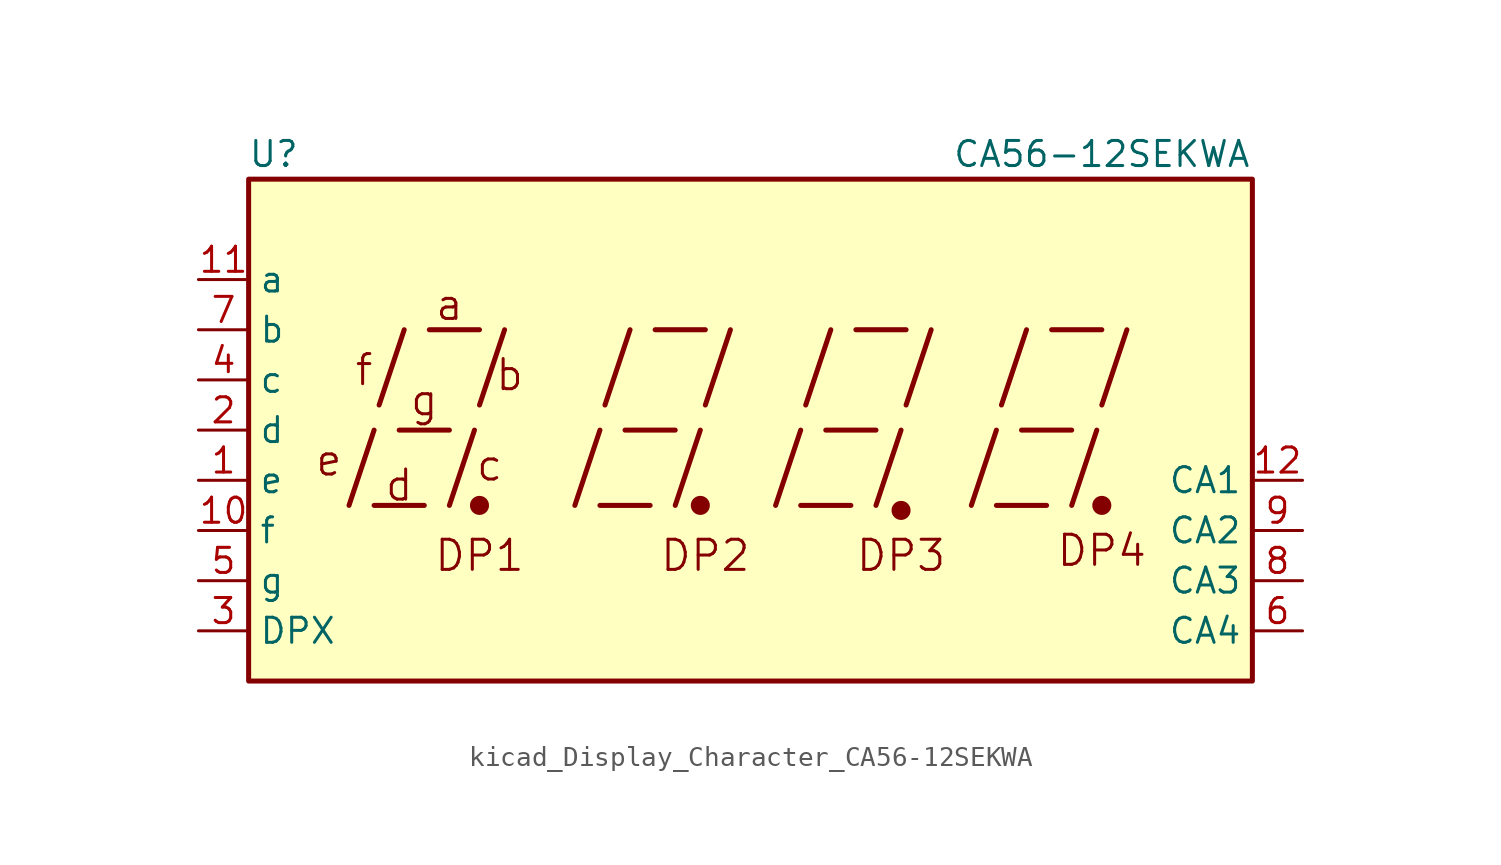
<source format=kicad_sym>
(kicad_symbol_lib
  (version 20220914)
  (generator kicad_symbol_editor)
  (symbol "kicad_Display_Character_CA56-12SEKWA"
    (property "Reference" "U"
      (at -24.13 13.97 0)
      (effects (font (size 1.27 1.27))))
    (property "Value" "CA56-12SEKWA"
      (at 17.78 13.97 0)
      (effects (font (size 1.27 1.27))))
    (symbol "kicad_Display_Character_CA56-12SEKWA_0_0"
      (rectangle (start -25.4 12.7) (end 25.4 -12.7) (stroke (width 0.254) (type default)) (fill (type background)))
      (polyline (pts (xy -20.32 -3.81) (xy -19.05 0)) (stroke (width 0.254) (type default)) (fill (type none)))
      (polyline (pts (xy -19.05 -3.81) (xy -16.51 -3.81)) (stroke (width 0.254) (type default)) (fill (type none)))
      (polyline (pts (xy -18.796 1.27) (xy -17.526 5.08)) (stroke (width 0.254) (type default)) (fill (type none)))
      (polyline (pts (xy -17.78 0) (xy -15.24 0)) (stroke (width 0.254) (type default)) (fill (type none)))
      (polyline (pts (xy -16.256 5.08) (xy -13.716 5.08)) (stroke (width 0.254) (type default)) (fill (type none)))
      (polyline (pts (xy -15.24 -3.81) (xy -13.97 0)) (stroke (width 0.254) (type default)) (fill (type none)))
      (polyline (pts (xy -13.716 1.27) (xy -12.446 5.08)) (stroke (width 0.254) (type default)) (fill (type none)))
      (polyline (pts (xy -8.89 -3.81) (xy -7.62 0)) (stroke (width 0.254) (type default)) (fill (type none)))
      (polyline (pts (xy -7.62 -3.81) (xy -5.08 -3.81)) (stroke (width 0.254) (type default)) (fill (type none)))
      (polyline (pts (xy -7.366 1.27) (xy -6.096 5.08)) (stroke (width 0.254) (type default)) (fill (type none)))
      (polyline (pts (xy -6.35 0) (xy -3.81 0)) (stroke (width 0.254) (type default)) (fill (type none)))
      (polyline (pts (xy -4.826 5.08) (xy -2.286 5.08)) (stroke (width 0.254) (type default)) (fill (type none)))
      (polyline (pts (xy -3.81 -3.81) (xy -2.54 0)) (stroke (width 0.254) (type default)) (fill (type none)))
      (polyline (pts (xy -2.286 1.27) (xy -1.016 5.08)) (stroke (width 0.254) (type default)) (fill (type none)))
      (polyline (pts (xy 1.27 -3.81) (xy 2.54 0)) (stroke (width 0.254) (type default)) (fill (type none)))
      (polyline (pts (xy 2.54 -3.81) (xy 5.08 -3.81)) (stroke (width 0.254) (type default)) (fill (type none)))
      (polyline (pts (xy 2.794 1.27) (xy 4.064 5.08)) (stroke (width 0.254) (type default)) (fill (type none)))
      (polyline (pts (xy 3.81 0) (xy 6.35 0)) (stroke (width 0.254) (type default)) (fill (type none)))
      (polyline (pts (xy 5.334 5.08) (xy 7.874 5.08)) (stroke (width 0.254) (type default)) (fill (type none)))
      (polyline (pts (xy 6.35 -3.81) (xy 7.62 0)) (stroke (width 0.254) (type default)) (fill (type none)))
      (polyline (pts (xy 7.874 1.27) (xy 9.144 5.08)) (stroke (width 0.254) (type default)) (fill (type none)))
      (polyline (pts (xy 11.176 -3.81) (xy 12.446 0)) (stroke (width 0.254) (type default)) (fill (type none)))
      (polyline (pts (xy 12.446 -3.81) (xy 14.986 -3.81)) (stroke (width 0.254) (type default)) (fill (type none)))
      (polyline (pts (xy 12.7 1.27) (xy 13.97 5.08)) (stroke (width 0.254) (type default)) (fill (type none)))
      (polyline (pts (xy 13.716 0) (xy 16.256 0)) (stroke (width 0.254) (type default)) (fill (type none)))
      (polyline (pts (xy 15.24 5.08) (xy 17.78 5.08)) (stroke (width 0.254) (type default)) (fill (type none)))
      (polyline (pts (xy 16.256 -3.81) (xy 17.526 0)) (stroke (width 0.254) (type default)) (fill (type none)))
      (polyline (pts (xy 17.78 1.27) (xy 19.05 5.08)) (stroke (width 0.254) (type default)) (fill (type none)))
      (text "a" (at -15.24 6.35 0) (effects (font (size 1.524 1.524))))
      (text "b" (at -12.192 2.794 0) (effects (font (size 1.524 1.524))))
      (text "c" (at -13.208 -1.778 0) (effects (font (size 1.524 1.524))))
      (text "d" (at -17.78 -2.794 0) (effects (font (size 1.524 1.524))))
      (text "DP1" (at -13.716 -6.35 0) (effects (font (size 1.524 1.524))))
      (text "DP2" (at -2.286 -6.35 0) (effects (font (size 1.524 1.524))))
      (text "DP3" (at 7.62 -6.35 0) (effects (font (size 1.524 1.524))))
      (text "DP4" (at 17.78 -6.096 0) (effects (font (size 1.524 1.524))))
      (text "e" (at -21.336 -1.524 0) (effects (font (size 1.524 1.524))))
      (text "f" (at -19.558 3.048 0) (effects (font (size 1.524 1.524))))
      (text "g" (at -16.51 1.524 0) (effects (font (size 1.524 1.524)))))
    (symbol "kicad_Display_Character_CA56-12SEKWA_0_1"
      (circle (center -13.716 -3.81) (radius 0.356) (stroke (width 0.254) (type default)) (fill (type outline)))
      (circle (center -2.54 -3.81) (radius 0.356) (stroke (width 0.254) (type default)) (fill (type outline))))
    (symbol "kicad_Display_Character_CA56-12SEKWA_1_0"
      (circle (center 7.62 -4.064) (radius 0.356) (stroke (width 0.254) (type default)) (fill (type outline)))
      (circle (center 17.78 -3.81) (radius 0.356) (stroke (width 0.254) (type default)) (fill (type outline))))
    (symbol "kicad_Display_Character_CA56-12SEKWA_1_1"
      (pin input line (at -27.94 -2.54 0) (length 2.54) (name "e" (effects (font (size 1.27 1.27)))) (number "1" (effects (font (size 1.27 1.27)))))
      (pin input line (at -27.94 -5.08 0) (length 2.54) (name "f" (effects (font (size 1.27 1.27)))) (number "10" (effects (font (size 1.27 1.27)))))
      (pin input line (at -27.94 7.62 0) (length 2.54) (name "a" (effects (font (size 1.27 1.27)))) (number "11" (effects (font (size 1.27 1.27)))))
      (pin input line (at 27.94 -2.54 180) (length 2.54) (name "CA1" (effects (font (size 1.27 1.27)))) (number "12" (effects (font (size 1.27 1.27)))))
      (pin input line (at -27.94 0 0) (length 2.54) (name "d" (effects (font (size 1.27 1.27)))) (number "2" (effects (font (size 1.27 1.27)))))
      (pin input line (at -27.94 -10.16 0) (length 2.54) (name "DPX" (effects (font (size 1.27 1.27)))) (number "3" (effects (font (size 1.27 1.27)))))
      (pin input line (at -27.94 2.54 0) (length 2.54) (name "c" (effects (font (size 1.27 1.27)))) (number "4" (effects (font (size 1.27 1.27)))))
      (pin input line (at -27.94 -7.62 0) (length 2.54) (name "g" (effects (font (size 1.27 1.27)))) (number "5" (effects (font (size 1.27 1.27)))))
      (pin input line (at 27.94 -10.16 180) (length 2.54) (name "CA4" (effects (font (size 1.27 1.27)))) (number "6" (effects (font (size 1.27 1.27)))))
      (pin input line (at -27.94 5.08 0) (length 2.54) (name "b" (effects (font (size 1.27 1.27)))) (number "7" (effects (font (size 1.27 1.27)))))
      (pin input line (at 27.94 -7.62 180) (length 2.54) (name "CA3" (effects (font (size 1.27 1.27)))) (number "8" (effects (font (size 1.27 1.27)))))
      (pin input line (at 27.94 -5.08 180) (length 2.54) (name "CA2" (effects (font (size 1.27 1.27)))) (number "9" (effects (font (size 1.27 1.27))))))))
</source>
